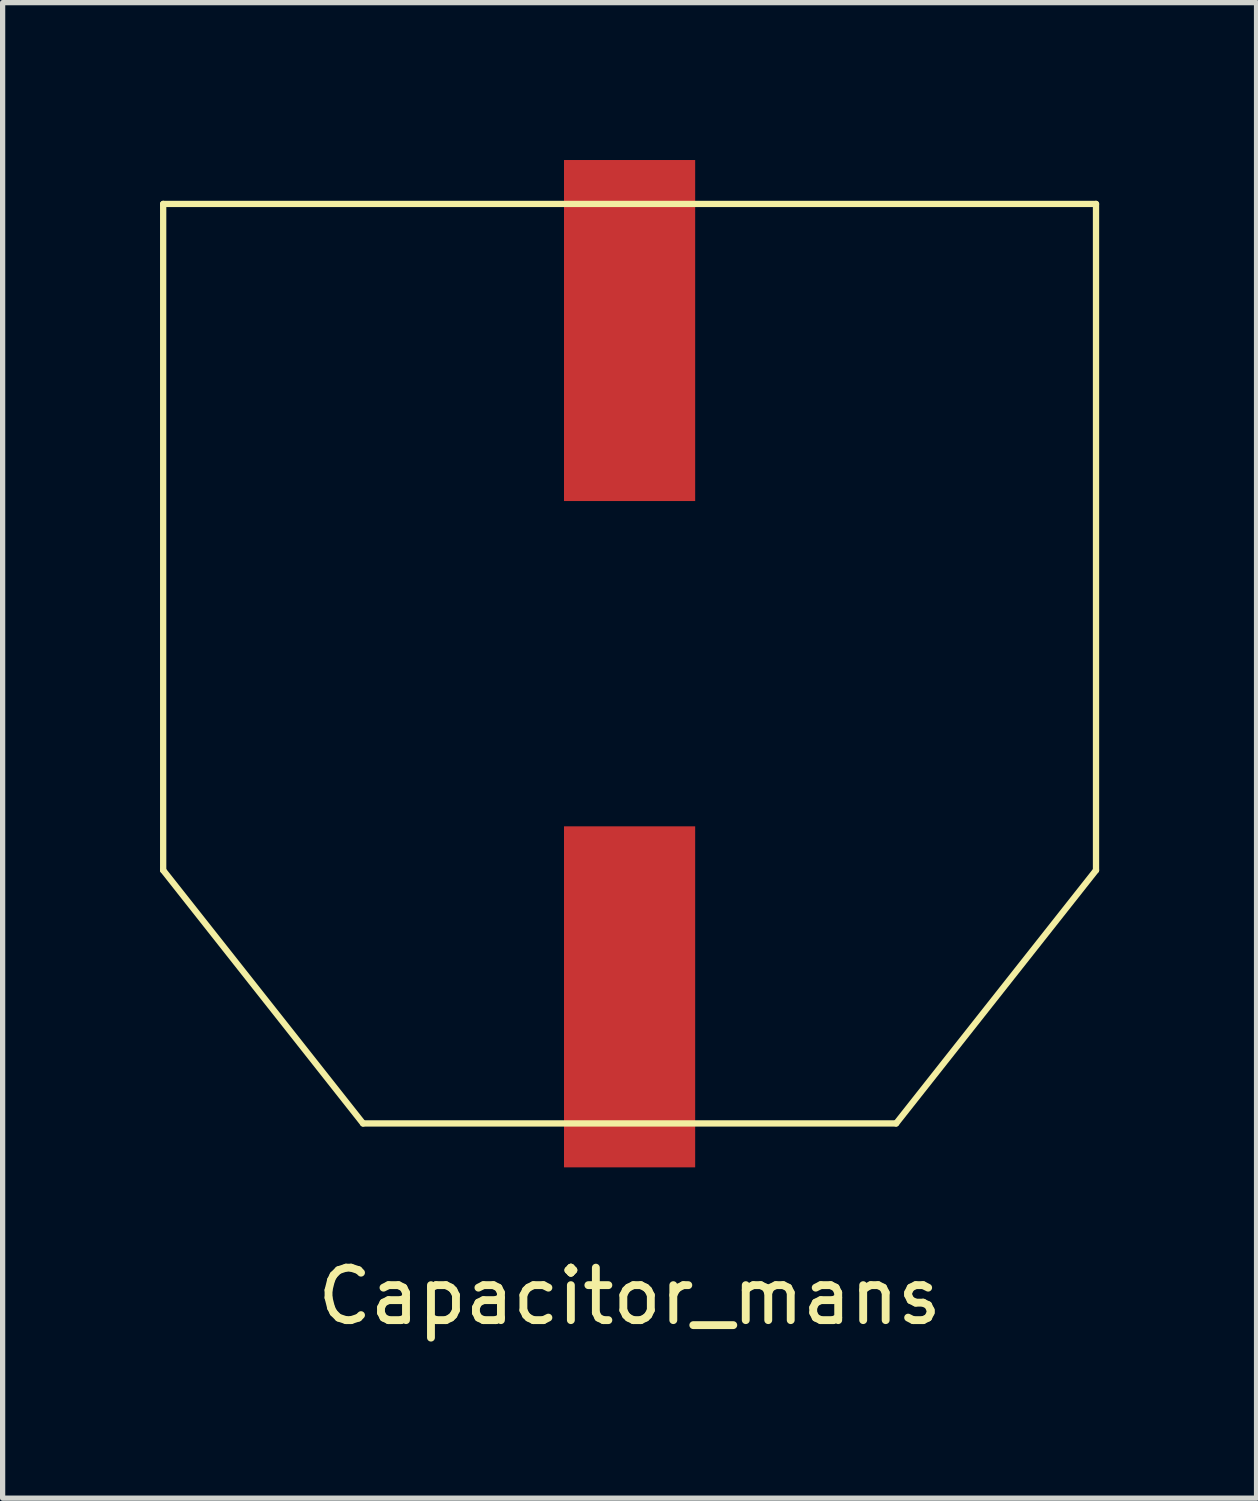
<source format=kicad_pcb>
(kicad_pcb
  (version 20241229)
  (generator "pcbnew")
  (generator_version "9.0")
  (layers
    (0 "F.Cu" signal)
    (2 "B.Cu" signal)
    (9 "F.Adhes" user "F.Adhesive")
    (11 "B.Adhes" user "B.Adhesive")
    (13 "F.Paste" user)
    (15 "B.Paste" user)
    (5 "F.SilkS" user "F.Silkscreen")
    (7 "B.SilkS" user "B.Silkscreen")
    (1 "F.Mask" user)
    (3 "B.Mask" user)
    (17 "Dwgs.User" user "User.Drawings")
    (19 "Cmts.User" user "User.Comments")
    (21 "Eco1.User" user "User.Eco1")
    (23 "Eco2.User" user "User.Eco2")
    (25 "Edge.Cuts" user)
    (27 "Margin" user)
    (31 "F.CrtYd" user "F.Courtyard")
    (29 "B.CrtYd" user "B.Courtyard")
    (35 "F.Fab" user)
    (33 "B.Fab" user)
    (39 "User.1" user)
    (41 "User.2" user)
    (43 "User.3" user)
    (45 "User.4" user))
  (footprint "Capacitor_mans"
    (layer "F.Cu")
    (at 8.95 21.157)
    (property "Reference" "Capacitor_mans" (at 0 0.5 0) (layer "F.SilkS") (effects (font (size 1 1) (thickness 0.15))))
    (attr through_hole)
    (fp_line (start -8.89 -20.32) (end 8.89 -20.32) (stroke (width 0.12) (type solid)) (layer "F.SilkS"))
    (fp_line (start -8.89 -7.62) (end -8.89 -20.32) (stroke (width 0.12) (type solid)) (layer "F.SilkS"))
    (fp_line (start -8.89 -7.62) (end -5.08 -2.794) (stroke (width 0.12) (type solid)) (layer "F.SilkS"))
    (fp_line (start 5.08 -2.794) (end -5.08 -2.794) (stroke (width 0.12) (type solid)) (layer "F.SilkS"))
    (fp_line (start 8.89 -20.32) (end 8.89 -7.62) (stroke (width 0.12) (type solid)) (layer "F.SilkS"))
    (fp_line (start 8.89 -7.62) (end 5.08 -2.794) (stroke (width 0.12) (type solid)) (layer "F.SilkS"))
    (pad "1" smd rect (at 0 -17.907) (size 2.5 6.5) (layers "F.Cu" "F.Mask" "F.Paste"))
    (pad "2" smd rect (at 0 -5.207) (size 2.5 6.5) (layers "F.Cu" "F.Mask" "F.Paste")))
  (gr_rect
    (start -3 -3)
    (end 20.9 25.505)
    (stroke (width 0.1) (type default))
    (fill no)
    (layer "Edge.Cuts")))
</source>
